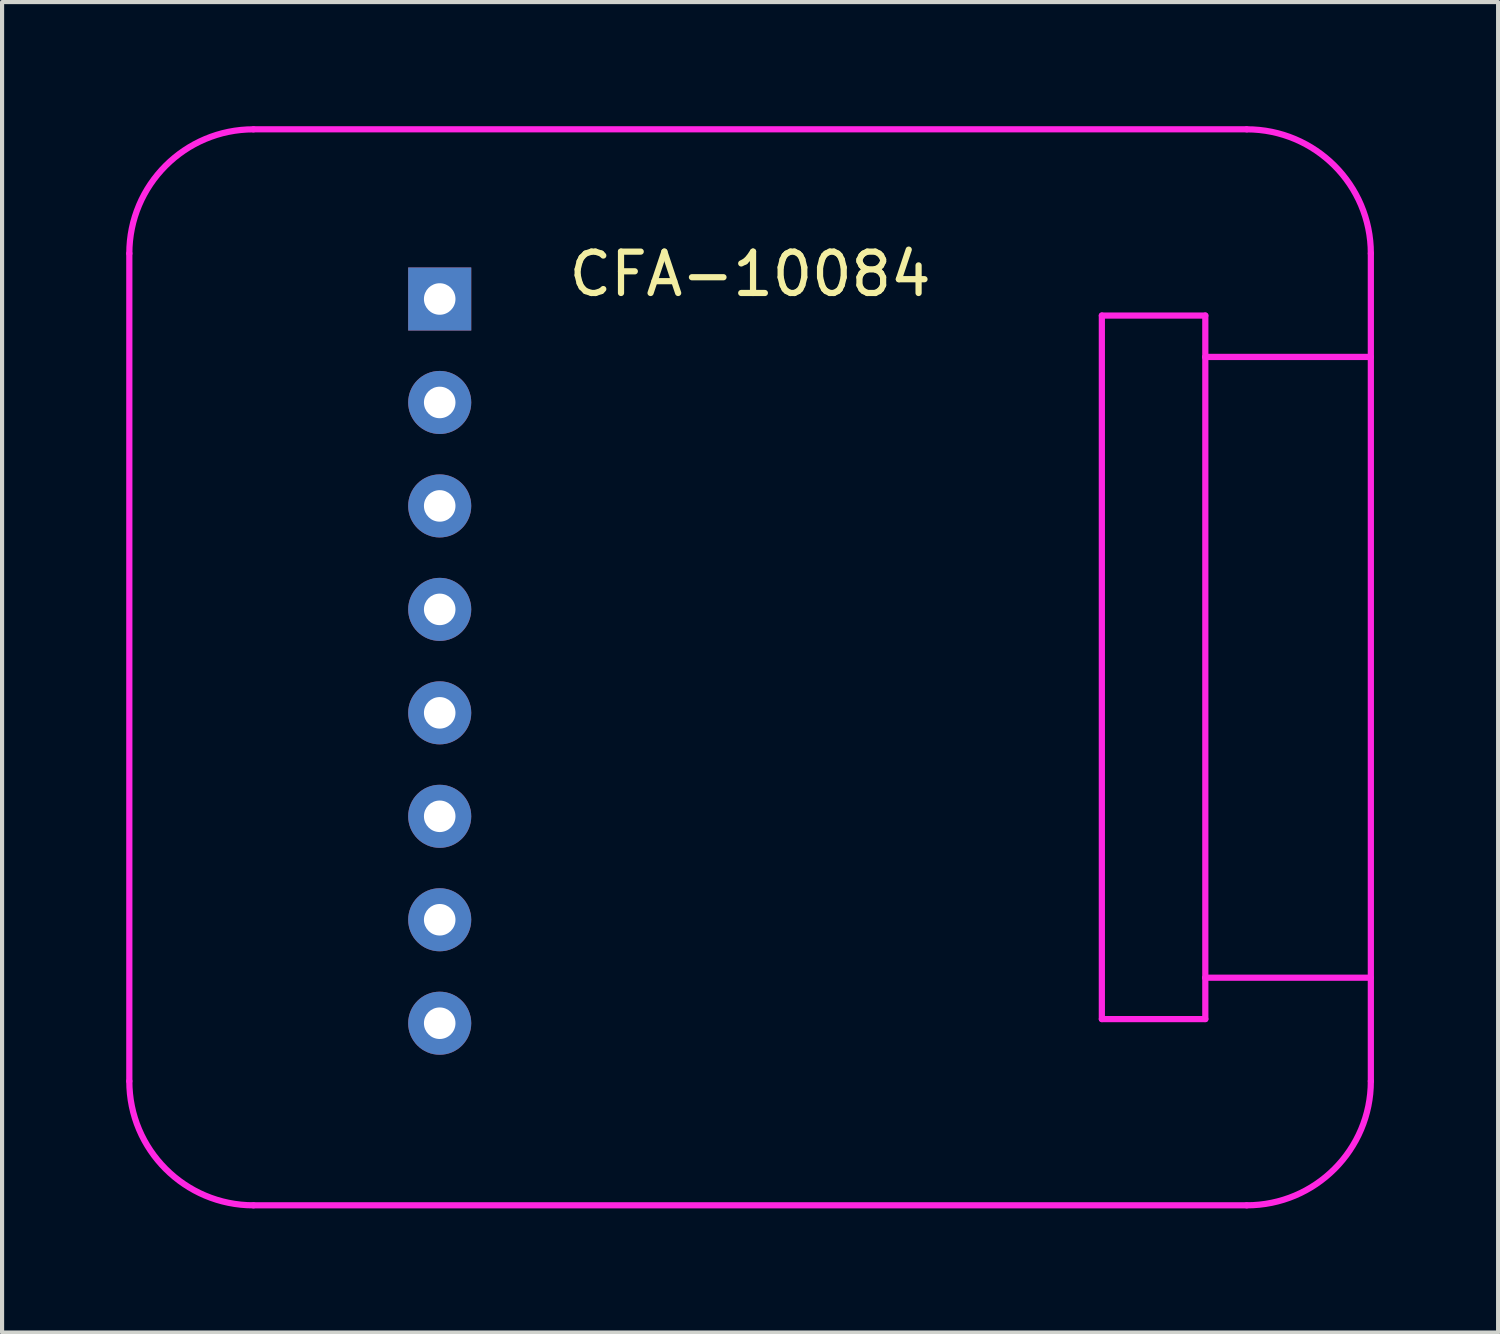
<source format=kicad_pcb>
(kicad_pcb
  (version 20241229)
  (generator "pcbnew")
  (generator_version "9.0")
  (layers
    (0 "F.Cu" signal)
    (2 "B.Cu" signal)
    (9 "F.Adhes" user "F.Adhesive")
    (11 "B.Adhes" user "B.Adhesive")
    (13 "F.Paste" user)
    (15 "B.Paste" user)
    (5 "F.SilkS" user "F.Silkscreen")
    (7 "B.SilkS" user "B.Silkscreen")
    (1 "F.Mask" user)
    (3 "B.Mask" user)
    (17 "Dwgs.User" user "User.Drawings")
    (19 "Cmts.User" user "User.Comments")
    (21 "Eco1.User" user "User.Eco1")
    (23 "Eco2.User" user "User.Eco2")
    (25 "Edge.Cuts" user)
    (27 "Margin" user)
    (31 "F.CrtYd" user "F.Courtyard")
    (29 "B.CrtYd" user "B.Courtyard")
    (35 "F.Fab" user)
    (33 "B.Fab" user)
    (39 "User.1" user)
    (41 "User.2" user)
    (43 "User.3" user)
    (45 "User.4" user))
  (footprint "CFA-10084"
    (layer "F.Cu")
    (at 15.075 13.075)
    (property "Reference" "CFA-10084" (at 0 -9.5 0) (layer "F.SilkS") (effects (font (size 1 1) (thickness 0.15))))
    (attr through_hole)
    (fp_line (start -15 10) (end -15 -10) (stroke (width 0.15) (type solid)) (layer "F.CrtYd"))
    (fp_line (start -12 -13) (end 12 -13) (stroke (width 0.15) (type solid)) (layer "F.CrtYd"))
    (fp_line (start 8.5 -8.5) (end 8.5 8.5) (stroke (width 0.15) (type solid)) (layer "F.CrtYd"))
    (fp_line (start 8.5 8.5) (end 11 8.5) (stroke (width 0.15) (type solid)) (layer "F.CrtYd"))
    (fp_line (start 11 -8.5) (end 8.5 -8.5) (stroke (width 0.15) (type solid)) (layer "F.CrtYd"))
    (fp_line (start 11 -7.5) (end 11 -8.5) (stroke (width 0.15) (type solid)) (layer "F.CrtYd"))
    (fp_line (start 11 -7.5) (end 11 7.5) (stroke (width 0.15) (type solid)) (layer "F.CrtYd"))
    (fp_line (start 11 7.5) (end 15 7.5) (stroke (width 0.15) (type solid)) (layer "F.CrtYd"))
    (fp_line (start 11 8.5) (end 11 7.5) (stroke (width 0.15) (type solid)) (layer "F.CrtYd"))
    (fp_line (start 12 13) (end -12 13) (stroke (width 0.15) (type solid)) (layer "F.CrtYd"))
    (fp_line (start 15 -10) (end 15 10) (stroke (width 0.15) (type solid)) (layer "F.CrtYd"))
    (fp_line (start 15 -7.5) (end 11 -7.5) (stroke (width 0.15) (type solid)) (layer "F.CrtYd"))
    (fp_arc (start -15 -10) (mid -14.12132 -12.12132) (end -12 -13) (stroke (width 0.15) (type solid)) (layer "F.CrtYd"))
    (fp_arc (start -12 13) (mid -14.12132 12.12132) (end -15 10) (stroke (width 0.15) (type solid)) (layer "F.CrtYd"))
    (fp_arc (start 12 -13) (mid 14.12132 -12.12132) (end 15 -10) (stroke (width 0.15) (type solid)) (layer "F.CrtYd"))
    (fp_arc (start 15 10) (mid 14.12132 12.12132) (end 12 13) (stroke (width 0.15) (type solid)) (layer "F.CrtYd"))
    (pad "1" thru_hole rect (at -7.5 -8.9) (size 1.524 1.524) (drill 0.762) (layers "*.Cu" "*.Mask"))
    (pad "2" thru_hole circle (at -7.5 -6.4) (size 1.524 1.524) (drill 0.762) (layers "*.Cu" "*.Mask"))
    (pad "3" thru_hole circle (at -7.5 -3.9) (size 1.524 1.524) (drill 0.762) (layers "*.Cu" "*.Mask"))
    (pad "4" thru_hole circle (at -7.5 -1.4) (size 1.524 1.524) (drill 0.762) (layers "*.Cu" "*.Mask"))
    (pad "5" thru_hole circle (at -7.5 1.1) (size 1.524 1.524) (drill 0.762) (layers "*.Cu" "*.Mask"))
    (pad "6" thru_hole circle (at -7.5 3.6) (size 1.524 1.524) (drill 0.762) (layers "*.Cu" "*.Mask"))
    (pad "7" thru_hole circle (at -7.5 6.1) (size 1.524 1.524) (drill 0.762) (layers "*.Cu" "*.Mask"))
    (pad "8" thru_hole circle (at -7.5 8.6) (size 1.524 1.524) (drill 0.762) (layers "*.Cu" "*.Mask")))
  (gr_rect
    (start -3 -3)
    (end 33.15 29.15)
    (stroke (width 0.1) (type default))
    (fill no)
    (layer "Edge.Cuts")))
</source>
